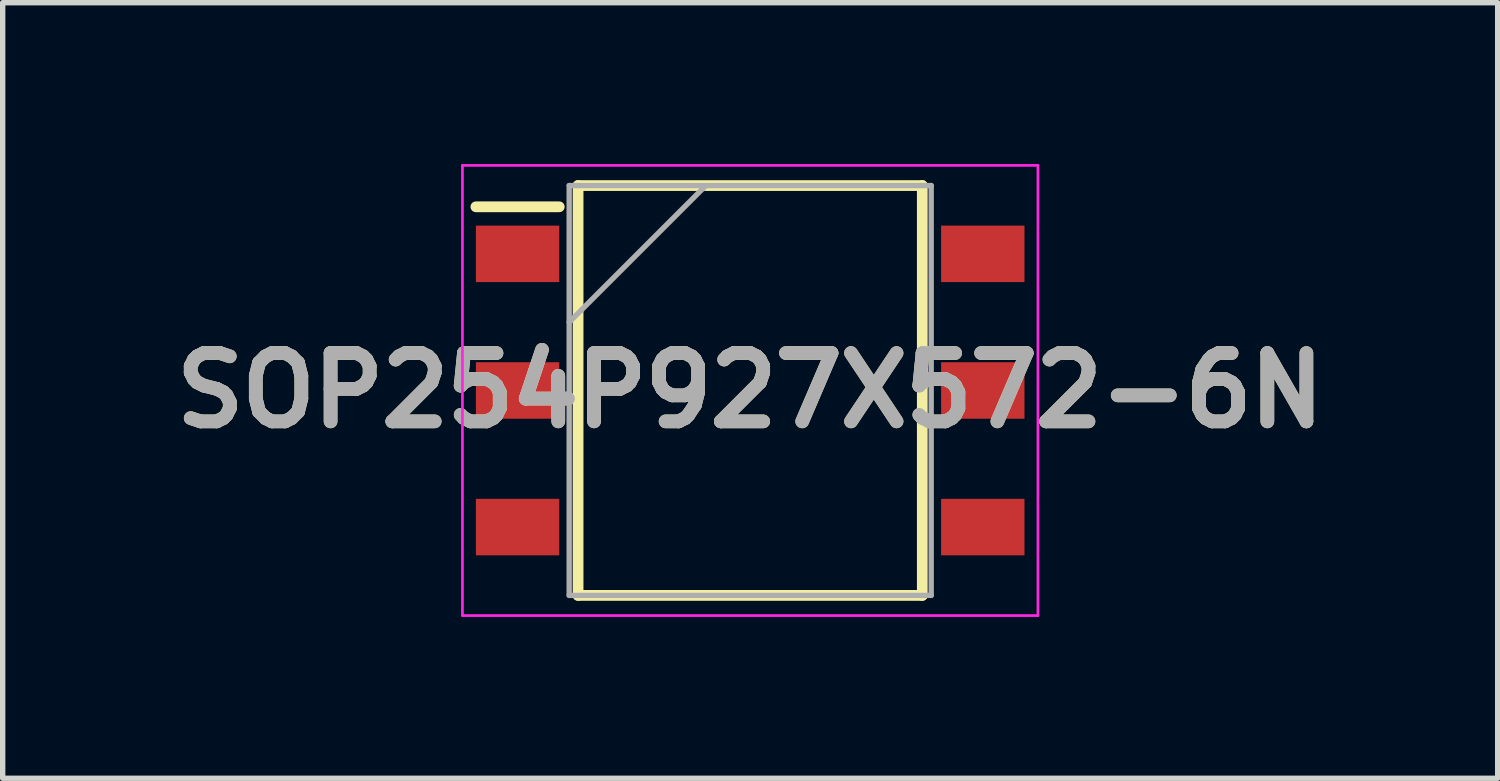
<source format=kicad_pcb>
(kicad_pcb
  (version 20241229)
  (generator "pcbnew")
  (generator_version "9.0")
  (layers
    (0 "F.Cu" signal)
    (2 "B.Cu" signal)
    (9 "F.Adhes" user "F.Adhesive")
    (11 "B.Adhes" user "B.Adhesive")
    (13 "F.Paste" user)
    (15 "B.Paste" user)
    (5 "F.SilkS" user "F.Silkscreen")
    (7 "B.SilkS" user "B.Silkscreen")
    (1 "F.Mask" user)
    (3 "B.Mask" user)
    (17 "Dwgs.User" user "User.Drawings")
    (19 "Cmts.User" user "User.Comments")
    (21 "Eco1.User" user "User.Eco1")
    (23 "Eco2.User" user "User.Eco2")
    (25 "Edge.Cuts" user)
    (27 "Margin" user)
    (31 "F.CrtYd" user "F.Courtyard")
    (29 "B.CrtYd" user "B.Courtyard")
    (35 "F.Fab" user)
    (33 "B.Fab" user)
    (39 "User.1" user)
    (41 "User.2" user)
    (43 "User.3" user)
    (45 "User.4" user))
  (footprint "SOP254P927X572-6N"
    (layer "F.Cu")
    (at 10.898 4.21)
    (property "Reference" "SOP254P927X572-6N" (at 0 0 0) (layer "F.SilkS") (effects (font (size 1.27 1.27) (thickness 0.254))))
    (attr smd)
    (fp_line (start -5.1 -3.415) (end -3.55 -3.415) (stroke (width 0.2) (type solid)) (layer "F.SilkS"))
    (fp_line (start -3.2 -3.81) (end 3.2 -3.81) (stroke (width 0.2) (type solid)) (layer "F.SilkS"))
    (fp_line (start -3.2 3.81) (end -3.2 -3.81) (stroke (width 0.2) (type solid)) (layer "F.SilkS"))
    (fp_line (start 3.2 -3.81) (end 3.2 3.81) (stroke (width 0.2) (type solid)) (layer "F.SilkS"))
    (fp_line (start 3.2 3.81) (end -3.2 3.81) (stroke (width 0.2) (type solid)) (layer "F.SilkS"))
    (fp_line (start -5.35 -4.185) (end 5.35 -4.185) (stroke (width 0.05) (type solid)) (layer "F.CrtYd"))
    (fp_line (start -5.35 4.185) (end -5.35 -4.185) (stroke (width 0.05) (type solid)) (layer "F.CrtYd"))
    (fp_line (start 5.35 -4.185) (end 5.35 4.185) (stroke (width 0.05) (type solid)) (layer "F.CrtYd"))
    (fp_line (start 5.35 4.185) (end -5.35 4.185) (stroke (width 0.05) (type solid)) (layer "F.CrtYd"))
    (fp_line (start -3.365 -3.81) (end 3.365 -3.81) (stroke (width 0.1) (type solid)) (layer "F.Fab"))
    (fp_line (start -3.365 -1.27) (end -0.825 -3.81) (stroke (width 0.1) (type solid)) (layer "F.Fab"))
    (fp_line (start -3.365 3.81) (end -3.365 -3.81) (stroke (width 0.1) (type solid)) (layer "F.Fab"))
    (fp_line (start 3.365 -3.81) (end 3.365 3.81) (stroke (width 0.1) (type solid)) (layer "F.Fab"))
    (fp_line (start 3.365 3.81) (end -3.365 3.81) (stroke (width 0.1) (type solid)) (layer "F.Fab"))
    (fp_text user "${REFERENCE}" (at 0 0 0) (layer "F.Fab") (effects (font (size 1.27 1.27) (thickness 0.254))))
    (pad "1" smd rect (at -4.325 -2.54 90) (size 1.05 1.55) (layers "F.Cu" "F.Mask" "F.Paste"))
    (pad "2" smd rect (at -4.325 0 90) (size 1.05 1.55) (layers "F.Cu" "F.Mask" "F.Paste"))
    (pad "3" smd rect (at -4.325 2.54 90) (size 1.05 1.55) (layers "F.Cu" "F.Mask" "F.Paste"))
    (pad "4" smd rect (at 4.325 2.54 90) (size 1.05 1.55) (layers "F.Cu" "F.Mask" "F.Paste"))
    (pad "5" smd rect (at 4.325 0 90) (size 1.05 1.55) (layers "F.Cu" "F.Mask" "F.Paste"))
    (pad "6" smd rect (at 4.325 -2.54 90) (size 1.05 1.55) (layers "F.Cu" "F.Mask" "F.Paste")))
  (gr_rect
    (start -3 -3)
    (end 24.796 11.42)
    (stroke (width 0.1) (type default))
    (fill no)
    (layer "Edge.Cuts")))
</source>
